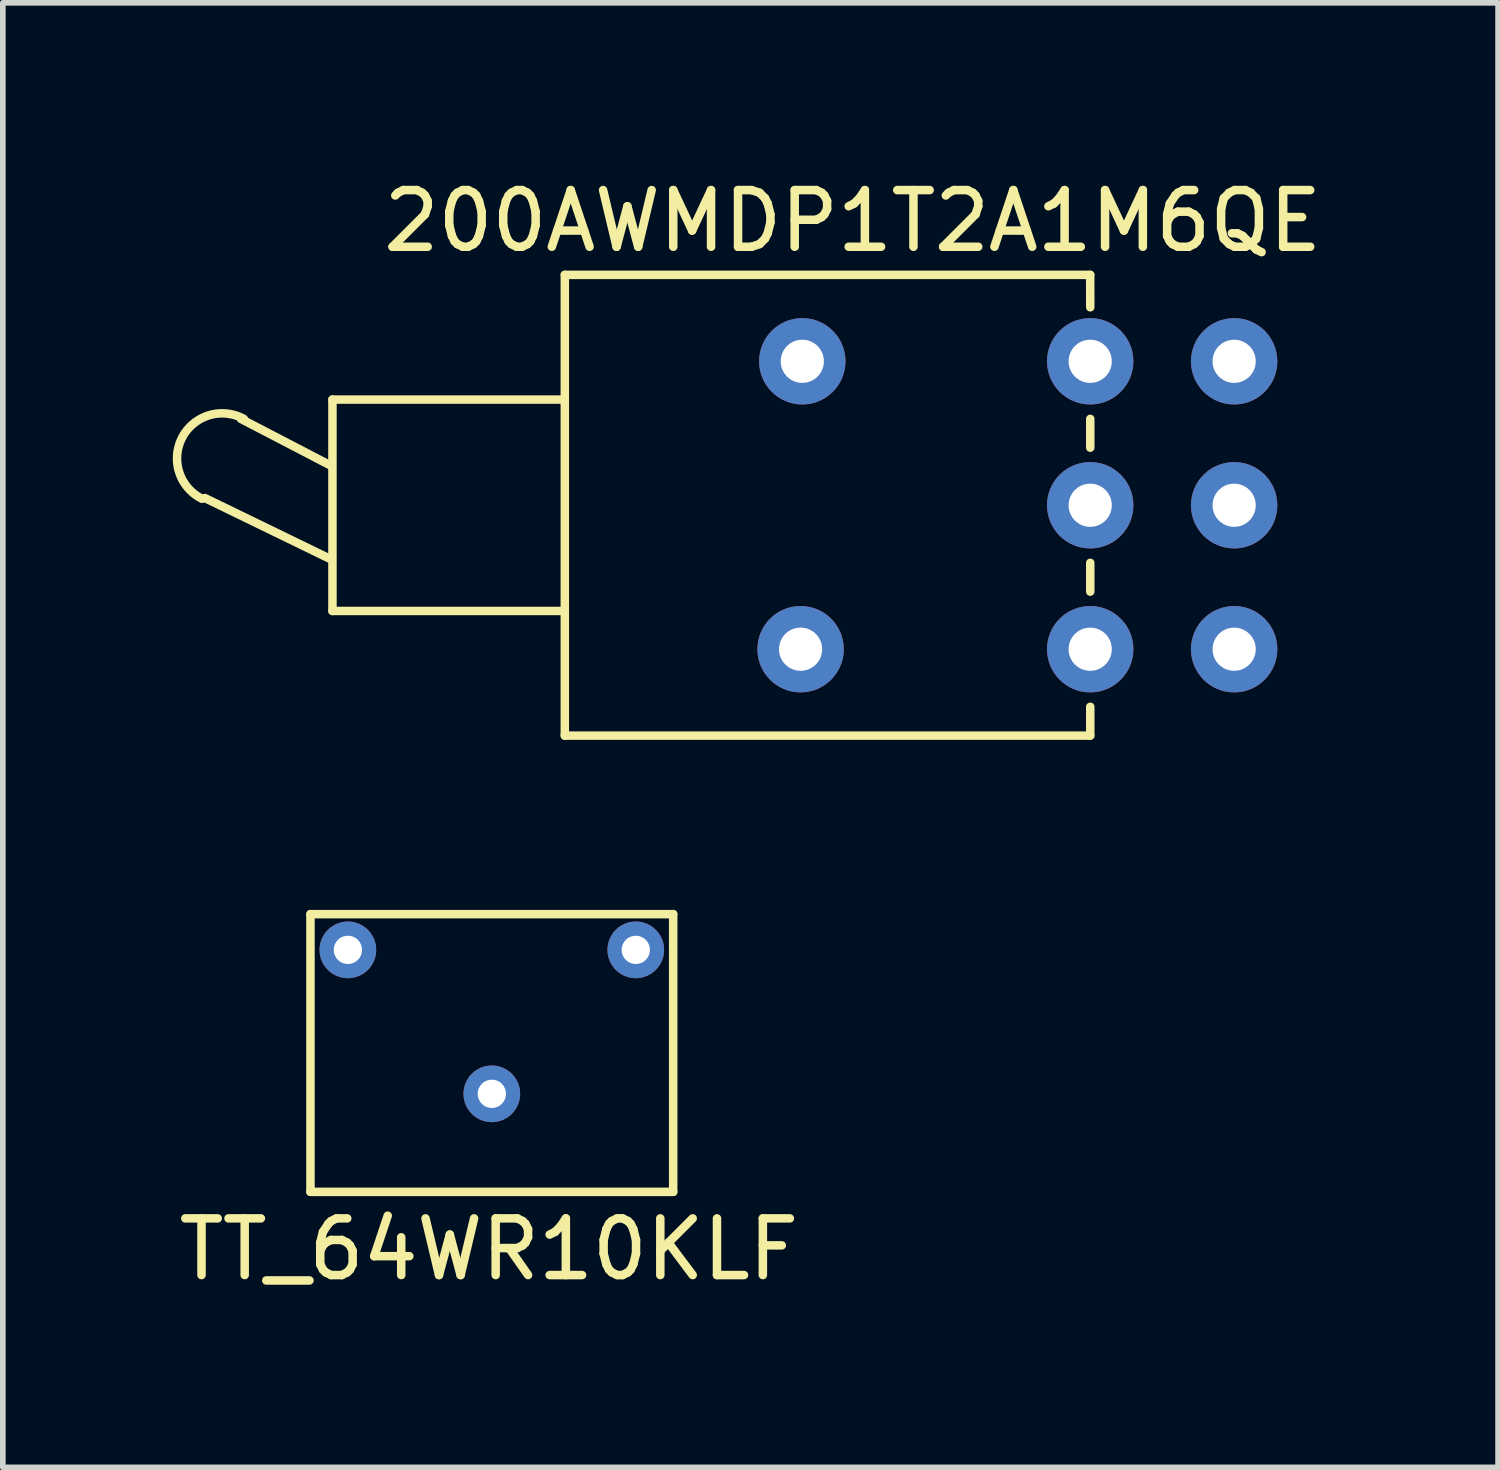
<source format=kicad_pcb>
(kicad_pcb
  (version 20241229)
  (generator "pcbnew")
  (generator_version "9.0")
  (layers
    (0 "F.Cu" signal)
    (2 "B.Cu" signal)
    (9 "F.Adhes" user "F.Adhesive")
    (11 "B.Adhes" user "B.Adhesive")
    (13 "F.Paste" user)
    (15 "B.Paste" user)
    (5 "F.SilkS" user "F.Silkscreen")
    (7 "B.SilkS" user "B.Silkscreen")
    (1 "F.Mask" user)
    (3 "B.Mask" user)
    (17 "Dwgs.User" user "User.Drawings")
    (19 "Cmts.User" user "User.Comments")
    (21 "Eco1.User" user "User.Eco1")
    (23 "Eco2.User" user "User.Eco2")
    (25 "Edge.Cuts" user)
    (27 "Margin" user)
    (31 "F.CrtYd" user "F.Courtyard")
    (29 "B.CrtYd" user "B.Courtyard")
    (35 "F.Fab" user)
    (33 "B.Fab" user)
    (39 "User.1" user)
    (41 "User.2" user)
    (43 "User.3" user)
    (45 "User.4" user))
  (footprint "200AWMDP1T2A1M6QE"
    (layer "F.Cu")
    (at 6.916 5.865)
    (property "Reference" "200AWMDP1T2A1M6QE" (at 5.08 -5.016 0) (layer "F.SilkS") (effects (font (size 1 1) (thickness 0.15))))
    (attr through_hole)
    (fp_line (start -6.35 -0.127) (end -4.128 0.953) (stroke (width 0.15) (type solid)) (layer "F.SilkS"))
    (fp_line (start -4.128 -0.699) (end -5.715 -1.524) (stroke (width 0.15) (type solid)) (layer "F.SilkS"))
    (fp_line (start -4.1 -1.865) (end -4.1 1.865) (stroke (width 0.15) (type solid)) (layer "F.SilkS"))
    (fp_line (start 0 -4.065) (end 0 4.065) (stroke (width 0.15) (type solid)) (layer "F.SilkS"))
    (fp_line (start 0 -4.065) (end 9.27 -4.065) (stroke (width 0.15) (type solid)) (layer "F.SilkS"))
    (fp_line (start 0 -1.865) (end -4.1 -1.865) (stroke (width 0.15) (type solid)) (layer "F.SilkS"))
    (fp_line (start 0 1.865) (end -4.1 1.865) (stroke (width 0.15) (type solid)) (layer "F.SilkS"))
    (fp_line (start 0 4.065) (end 9.27 4.065) (stroke (width 0.15) (type solid)) (layer "F.SilkS"))
    (fp_line (start 9.27 -4.065) (end 9.271 -3.493) (stroke (width 0.15) (type solid)) (layer "F.SilkS"))
    (fp_line (start 9.271 -1.524) (end 9.271 -1.016) (stroke (width 0.15) (type solid)) (layer "F.SilkS"))
    (fp_line (start 9.271 1.016) (end 9.271 1.524) (stroke (width 0.15) (type solid)) (layer "F.SilkS"))
    (fp_line (start 9.271 4.064) (end 9.271 3.556) (stroke (width 0.15) (type solid)) (layer "F.SilkS"))
    (fp_arc (start -6.401026 -0.113848) (mid -6.750388 -1.193971) (end -5.664201 -1.523999) (stroke (width 0.15) (type solid)) (layer "F.SilkS"))
    (pad "" thru_hole circle (at 4.16 2.54) (size 1.524 1.524) (drill 0.762) (layers "*.Cu" "*.Mask"))
    (pad "" thru_hole circle (at 4.19 -2.54) (size 1.524 1.524) (drill 0.762) (layers "*.Cu" "*.Mask"))
    (pad "1" thru_hole circle (at 9.27 2.54) (size 1.524 1.524) (drill 0.762) (layers "*.Cu" "*.Mask"))
    (pad "2" thru_hole circle (at 9.27 0) (size 1.524 1.524) (drill 0.762) (layers "*.Cu" "*.Mask"))
    (pad "3" thru_hole circle (at 9.27 -2.54) (size 1.524 1.524) (drill 0.762) (layers "*.Cu" "*.Mask"))
    (pad "4" thru_hole circle (at 11.81 2.54) (size 1.524 1.524) (drill 0.762) (layers "*.Cu" "*.Mask"))
    (pad "5" thru_hole circle (at 11.81 0) (size 1.524 1.524) (drill 0.762) (layers "*.Cu" "*.Mask"))
    (pad "6" thru_hole circle (at 11.81 -2.54) (size 1.524 1.524) (drill 0.762) (layers "*.Cu" "*.Mask")))
  (footprint "TT_64WR10KLF"
    (layer "F.Cu")
    (at 5.628 14.98)
    (property "Reference" "TT_64WR10KLF" (at -0.051 4.013 0) (layer "F.SilkS") (effects (font (size 1 1) (thickness 0.15))))
    (attr through_hole)
    (fp_line (start -3.2 -1.9) (end -3.2 3) (stroke (width 0.15) (type solid)) (layer "F.SilkS"))
    (fp_line (start -3.2 3) (end 3.2 3) (stroke (width 0.15) (type solid)) (layer "F.SilkS"))
    (fp_line (start 3.2 -1.9) (end -3.2 -1.9) (stroke (width 0.15) (type solid)) (layer "F.SilkS"))
    (fp_line (start 3.2 -1.9) (end 3.2 3) (stroke (width 0.15) (type solid)) (layer "F.SilkS"))
    (pad "1" thru_hole circle (at -2.54 -1.27) (size 1 1) (drill 0.5) (layers "*.Cu" "*.Mask"))
    (pad "2" thru_hole circle (at 0 1.27) (size 1 1) (drill 0.5) (layers "*.Cu" "*.Mask"))
    (pad "3" thru_hole circle (at 2.54 -1.27) (size 1 1) (drill 0.5) (layers "*.Cu" "*.Mask")))
  (gr_rect
    (start -3 -3)
    (end 23.383 22.841)
    (stroke (width 0.1) (type default))
    (fill no)
    (layer "Edge.Cuts")))
</source>
